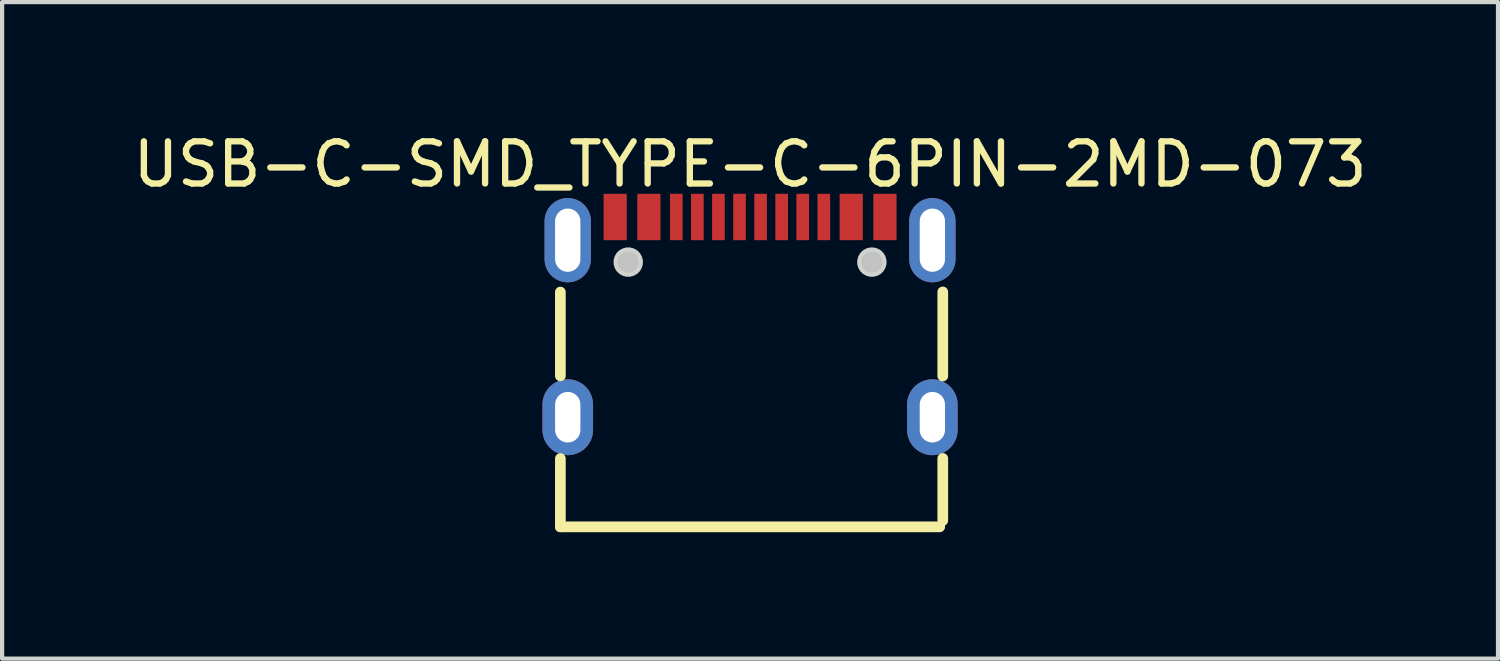
<source format=kicad_pcb>
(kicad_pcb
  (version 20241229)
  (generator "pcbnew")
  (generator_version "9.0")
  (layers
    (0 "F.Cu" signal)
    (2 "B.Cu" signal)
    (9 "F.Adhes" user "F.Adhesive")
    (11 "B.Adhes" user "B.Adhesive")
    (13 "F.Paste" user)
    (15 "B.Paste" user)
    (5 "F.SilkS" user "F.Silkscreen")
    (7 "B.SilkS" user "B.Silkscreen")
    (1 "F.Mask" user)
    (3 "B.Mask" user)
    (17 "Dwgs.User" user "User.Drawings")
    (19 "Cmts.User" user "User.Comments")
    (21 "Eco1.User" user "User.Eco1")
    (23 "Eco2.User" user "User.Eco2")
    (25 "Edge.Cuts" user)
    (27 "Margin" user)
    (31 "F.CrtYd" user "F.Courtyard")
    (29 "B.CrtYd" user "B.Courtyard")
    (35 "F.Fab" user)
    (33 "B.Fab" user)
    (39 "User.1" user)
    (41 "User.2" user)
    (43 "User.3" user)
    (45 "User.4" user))
  (footprint "USB-C-SMD_TYPE-C-6PIN-2MD-073"
    (layer "F.Cu")
    (at 14.744 4.473)
    (property "Reference" "USB-C-SMD_TYPE-C-6PIN-2MD-073" (at 0 -3.625 0) (layer "F.SilkS") (effects (font (size 1 1) (thickness 0.15))))
    (fp_line (start -4.5 1.394) (end -4.5 -0.594) (stroke (width 0.254) (type default)) (layer "F.SilkS"))
    (fp_line (start -4.5 4.975) (end -4.5 3.356) (stroke (width 0.254) (type default)) (layer "F.SilkS"))
    (fp_line (start 4.5 4.975) (end -4.5 4.975) (stroke (width 0.254) (type default)) (layer "F.SilkS"))
    (fp_line (start 4.572 1.397) (end 4.572 -0.597) (stroke (width 0.254) (type default)) (layer "F.SilkS"))
    (fp_line (start 4.572 4.826) (end 4.572 3.353) (stroke (width 0.254) (type default)) (layer "F.SilkS"))
    (fp_poly (pts (xy -3.5 -2.925) (xy -3.5 -1.825) (xy -2.9 -1.825) (xy -2.9 -2.925)) (stroke (width 0) (type default)) (fill yes) (layer "F.Paste"))
    (fp_poly (pts (xy -2.7 -2.925) (xy -2.7 -1.825) (xy -2.1 -1.825) (xy -2.1 -2.925)) (stroke (width 0) (type default)) (fill yes) (layer "F.Paste"))
    (fp_poly (pts (xy -1.6 -1.825) (xy -1.6 -2.925) (xy -1.9 -2.925) (xy -1.9 -1.825)) (stroke (width 0) (type default)) (fill yes) (layer "F.Paste"))
    (fp_poly (pts (xy -1.1 -1.825) (xy -1.1 -2.925) (xy -1.4 -2.925) (xy -1.4 -1.825)) (stroke (width 0) (type default)) (fill yes) (layer "F.Paste"))
    (fp_poly (pts (xy -0.6 -1.825) (xy -0.6 -2.925) (xy -0.9 -2.925) (xy -0.9 -1.825)) (stroke (width 0) (type default)) (fill yes) (layer "F.Paste"))
    (fp_poly (pts (xy -0.1 -1.825) (xy -0.1 -2.925) (xy -0.4 -2.925) (xy -0.4 -1.825)) (stroke (width 0) (type default)) (fill yes) (layer "F.Paste"))
    (fp_poly (pts (xy 0.4 -1.825) (xy 0.4 -2.925) (xy 0.1 -2.925) (xy 0.1 -1.825)) (stroke (width 0) (type default)) (fill yes) (layer "F.Paste"))
    (fp_poly (pts (xy 0.9 -1.825) (xy 0.9 -2.925) (xy 0.6 -2.925) (xy 0.6 -1.825)) (stroke (width 0) (type default)) (fill yes) (layer "F.Paste"))
    (fp_poly (pts (xy 1.4 -1.825) (xy 1.4 -2.925) (xy 1.1 -2.925) (xy 1.1 -1.825)) (stroke (width 0) (type default)) (fill yes) (layer "F.Paste"))
    (fp_poly (pts (xy 1.6 -2.925) (xy 1.6 -1.825) (xy 1.9 -1.825) (xy 1.9 -2.925)) (stroke (width 0) (type default)) (fill yes) (layer "F.Paste"))
    (fp_poly (pts (xy 2.1 -2.925) (xy 2.1 -1.825) (xy 2.7 -1.825) (xy 2.7 -2.925)) (stroke (width 0) (type default)) (fill yes) (layer "F.Paste"))
    (fp_poly (pts (xy 3.5 -1.825) (xy 3.5 -2.925) (xy 2.9 -2.925) (xy 2.9 -1.825)) (stroke (width 0) (type default)) (fill yes) (layer "F.Paste"))
    (fp_poly (pts (xy -4.34 -2.825) (xy -4.37 -2.824) (xy -4.399 -2.821) (xy -4.429 -2.816) (xy -4.458 -2.81) (xy -4.487 -2.803) (xy -4.516 -2.794) (xy -4.544 -2.784) (xy -4.572 -2.772) (xy -4.598 -2.759) (xy -4.625 -2.744) (xy -4.651 -2.729) (xy -4.675 -2.712) (xy -4.699 -2.694) (xy -4.722 -2.675) (xy -4.744 -2.655) (xy -4.765 -2.633) (xy -4.785 -2.611) (xy -4.803 -2.587) (xy -4.821 -2.563) (xy -4.837 -2.538) (xy -4.852 -2.512) (xy -4.865 -2.486) (xy -4.878 -2.458) (xy -4.889 -2.43) (xy -4.899 -2.402) (xy -4.907 -2.373) (xy -4.913 -2.344) (xy -4.918 -2.314) (xy -4.922 -2.285) (xy -4.924 -2.255) (xy -4.925 -2.225) (xy -4.925 -1.425) (xy -4.924 -1.395) (xy -4.922 -1.365) (xy -4.918 -1.335) (xy -4.913 -1.306) (xy -4.907 -1.277) (xy -4.899 -1.248) (xy -4.889 -1.22) (xy -4.878 -1.192) (xy -4.865 -1.165) (xy -4.852 -1.138) (xy -4.837 -1.113) (xy -4.821 -1.087) (xy -4.803 -1.063) (xy -4.785 -1.04) (xy -4.765 -1.017) (xy -4.744 -0.996) (xy -4.722 -0.976) (xy -4.699 -0.956) (xy -4.675 -0.938) (xy -4.651 -0.921) (xy -4.625 -0.905) (xy -4.598 -0.891) (xy -4.572 -0.878) (xy -4.544 -0.867) (xy -4.516 -0.857) (xy -4.487 -0.848) (xy -4.458 -0.84) (xy -4.429 -0.834) (xy -4.399 -0.83) (xy -4.37 -0.827) (xy -4.34 -0.826) (xy -4.31 -0.826) (xy -4.28 -0.827) (xy -4.25 -0.83) (xy -4.221 -0.834) (xy -4.191 -0.84) (xy -4.162 -0.848) (xy -4.134 -0.857) (xy -4.106 -0.867) (xy -4.078 -0.878) (xy -4.051 -0.891) (xy -4.025 -0.905) (xy -3.999 -0.921) (xy -3.974 -0.938) (xy -3.951 -0.956) (xy -3.928 -0.976) (xy -3.906 -0.996) (xy -3.885 -1.017) (xy -3.865 -1.04) (xy -3.846 -1.063) (xy -3.829 -1.087) (xy -3.813 -1.113) (xy -3.798 -1.138) (xy -3.784 -1.165) (xy -3.772 -1.192) (xy -3.761 -1.22) (xy -3.752 -1.248) (xy -3.744 -1.277) (xy -3.737 -1.306) (xy -3.732 -1.335) (xy -3.728 -1.365) (xy -3.725 -1.395) (xy -3.725 -1.425) (xy -3.725 -2.225) (xy -3.725 -2.255) (xy -3.728 -2.285) (xy -3.732 -2.314) (xy -3.737 -2.344) (xy -3.744 -2.373) (xy -3.752 -2.402) (xy -3.761 -2.43) (xy -3.772 -2.458) (xy -3.784 -2.486) (xy -3.798 -2.512) (xy -3.813 -2.538) (xy -3.829 -2.563) (xy -3.846 -2.587) (xy -3.865 -2.611) (xy -3.885 -2.633) (xy -3.906 -2.655) (xy -3.928 -2.675) (xy -3.951 -2.694) (xy -3.974 -2.712) (xy -3.999 -2.729) (xy -4.025 -2.744) (xy -4.051 -2.759) (xy -4.078 -2.772) (xy -4.106 -2.784) (xy -4.134 -2.794) (xy -4.162 -2.803) (xy -4.191 -2.81) (xy -4.221 -2.816) (xy -4.25 -2.821) (xy -4.28 -2.824) (xy -4.31 -2.825)) (stroke (width 0) (type default)) (fill yes) (layer "F.Paste"))
    (fp_poly (pts (xy -4.28 1.627) (xy -4.31 1.625) (xy -4.34 1.625) (xy -4.37 1.627) (xy -4.399 1.629) (xy -4.429 1.634) (xy -4.458 1.64) (xy -4.487 1.647) (xy -4.516 1.657) (xy -4.544 1.667) (xy -4.572 1.678) (xy -4.598 1.691) (xy -4.625 1.706) (xy -4.651 1.721) (xy -4.675 1.738) (xy -4.699 1.756) (xy -4.722 1.775) (xy -4.744 1.796) (xy -4.765 1.817) (xy -4.785 1.839) (xy -4.803 1.863) (xy -4.821 1.887) (xy -4.837 1.912) (xy -4.852 1.938) (xy -4.865 1.964) (xy -4.878 1.992) (xy -4.889 2.02) (xy -4.899 2.048) (xy -4.907 2.077) (xy -4.913 2.106) (xy -4.918 2.135) (xy -4.922 2.166) (xy -4.924 2.195) (xy -4.925 2.225) (xy -4.925 2.525) (xy -4.924 2.555) (xy -4.922 2.585) (xy -4.918 2.615) (xy -4.913 2.644) (xy -4.907 2.673) (xy -4.899 2.702) (xy -4.889 2.73) (xy -4.878 2.758) (xy -4.865 2.785) (xy -4.852 2.812) (xy -4.837 2.838) (xy -4.821 2.863) (xy -4.803 2.888) (xy -4.785 2.91) (xy -4.765 2.933) (xy -4.744 2.954) (xy -4.722 2.975) (xy -4.699 2.994) (xy -4.675 3.012) (xy -4.651 3.029) (xy -4.625 3.045) (xy -4.598 3.059) (xy -4.572 3.072) (xy -4.544 3.083) (xy -4.516 3.094) (xy -4.487 3.103) (xy -4.458 3.11) (xy -4.429 3.116) (xy -4.399 3.12) (xy -4.37 3.123) (xy -4.34 3.125) (xy -4.31 3.125) (xy -4.28 3.123) (xy -4.25 3.12) (xy -4.221 3.116) (xy -4.191 3.11) (xy -4.162 3.103) (xy -4.134 3.094) (xy -4.106 3.083) (xy -4.078 3.072) (xy -4.051 3.059) (xy -4.025 3.045) (xy -3.999 3.029) (xy -3.974 3.012) (xy -3.951 2.994) (xy -3.928 2.975) (xy -3.906 2.954) (xy -3.885 2.933) (xy -3.865 2.91) (xy -3.846 2.888) (xy -3.829 2.863) (xy -3.813 2.838) (xy -3.798 2.812) (xy -3.784 2.785) (xy -3.772 2.758) (xy -3.761 2.73) (xy -3.752 2.702) (xy -3.744 2.673) (xy -3.737 2.644) (xy -3.732 2.615) (xy -3.728 2.585) (xy -3.725 2.555) (xy -3.725 2.525) (xy -3.725 2.225) (xy -3.725 2.195) (xy -3.728 2.166) (xy -3.732 2.135) (xy -3.737 2.106) (xy -3.744 2.077) (xy -3.752 2.048) (xy -3.761 2.02) (xy -3.772 1.992) (xy -3.784 1.964) (xy -3.798 1.938) (xy -3.813 1.912) (xy -3.829 1.887) (xy -3.846 1.863) (xy -3.865 1.839) (xy -3.885 1.817) (xy -3.906 1.796) (xy -3.928 1.775) (xy -3.951 1.756) (xy -3.974 1.738) (xy -3.999 1.721) (xy -4.025 1.706) (xy -4.051 1.691) (xy -4.078 1.678) (xy -4.106 1.667) (xy -4.134 1.657) (xy -4.162 1.647) (xy -4.191 1.64) (xy -4.221 1.634) (xy -4.25 1.629)) (stroke (width 0) (type default)) (fill yes) (layer "F.Paste"))
    (fp_poly (pts (xy 4.31 1.625) (xy 4.28 1.627) (xy 4.25 1.629) (xy 4.221 1.634) (xy 4.191 1.64) (xy 4.162 1.647) (xy 4.134 1.657) (xy 4.106 1.667) (xy 4.078 1.678) (xy 4.051 1.691) (xy 4.025 1.706) (xy 3.999 1.721) (xy 3.974 1.738) (xy 3.951 1.756) (xy 3.928 1.775) (xy 3.906 1.796) (xy 3.885 1.817) (xy 3.865 1.839) (xy 3.846 1.863) (xy 3.829 1.887) (xy 3.813 1.912) (xy 3.798 1.938) (xy 3.784 1.964) (xy 3.772 1.992) (xy 3.761 2.02) (xy 3.752 2.048) (xy 3.744 2.077) (xy 3.737 2.106) (xy 3.732 2.135) (xy 3.728 2.166) (xy 3.725 2.195) (xy 3.725 2.225) (xy 3.725 2.525) (xy 3.725 2.555) (xy 3.728 2.585) (xy 3.732 2.615) (xy 3.737 2.644) (xy 3.744 2.673) (xy 3.752 2.702) (xy 3.761 2.73) (xy 3.772 2.758) (xy 3.784 2.785) (xy 3.798 2.812) (xy 3.813 2.838) (xy 3.829 2.863) (xy 3.846 2.888) (xy 3.865 2.91) (xy 3.885 2.933) (xy 3.906 2.954) (xy 3.928 2.975) (xy 3.951 2.994) (xy 3.974 3.012) (xy 3.999 3.029) (xy 4.025 3.045) (xy 4.051 3.059) (xy 4.078 3.072) (xy 4.106 3.083) (xy 4.134 3.094) (xy 4.162 3.103) (xy 4.191 3.11) (xy 4.221 3.116) (xy 4.25 3.12) (xy 4.28 3.123) (xy 4.31 3.125) (xy 4.34 3.125) (xy 4.37 3.123) (xy 4.399 3.12) (xy 4.429 3.116) (xy 4.458 3.11) (xy 4.487 3.103) (xy 4.516 3.094) (xy 4.544 3.083) (xy 4.572 3.072) (xy 4.598 3.059) (xy 4.625 3.045) (xy 4.651 3.029) (xy 4.675 3.012) (xy 4.699 2.994) (xy 4.722 2.975) (xy 4.744 2.954) (xy 4.765 2.933) (xy 4.785 2.91) (xy 4.803 2.888) (xy 4.821 2.863) (xy 4.837 2.838) (xy 4.852 2.812) (xy 4.865 2.785) (xy 4.878 2.758) (xy 4.889 2.73) (xy 4.899 2.702) (xy 4.907 2.673) (xy 4.913 2.644) (xy 4.918 2.615) (xy 4.922 2.585) (xy 4.924 2.555) (xy 4.925 2.525) (xy 4.925 2.225) (xy 4.924 2.195) (xy 4.922 2.166) (xy 4.918 2.135) (xy 4.913 2.106) (xy 4.907 2.077) (xy 4.899 2.048) (xy 4.889 2.02) (xy 4.878 1.992) (xy 4.865 1.964) (xy 4.852 1.938) (xy 4.837 1.912) (xy 4.821 1.887) (xy 4.803 1.863) (xy 4.785 1.839) (xy 4.765 1.817) (xy 4.744 1.796) (xy 4.722 1.775) (xy 4.699 1.756) (xy 4.675 1.738) (xy 4.651 1.721) (xy 4.625 1.706) (xy 4.598 1.691) (xy 4.572 1.678) (xy 4.544 1.667) (xy 4.516 1.657) (xy 4.487 1.647) (xy 4.458 1.64) (xy 4.429 1.634) (xy 4.399 1.629) (xy 4.37 1.627) (xy 4.34 1.625)) (stroke (width 0) (type default)) (fill yes) (layer "F.Paste"))
    (fp_poly (pts (xy 4.37 -2.824) (xy 4.34 -2.825) (xy 4.31 -2.825) (xy 4.28 -2.824) (xy 4.25 -2.821) (xy 4.221 -2.816) (xy 4.191 -2.81) (xy 4.162 -2.803) (xy 4.134 -2.794) (xy 4.106 -2.784) (xy 4.078 -2.772) (xy 4.051 -2.759) (xy 4.025 -2.744) (xy 3.999 -2.729) (xy 3.974 -2.712) (xy 3.951 -2.694) (xy 3.928 -2.675) (xy 3.906 -2.655) (xy 3.885 -2.633) (xy 3.865 -2.611) (xy 3.846 -2.587) (xy 3.829 -2.563) (xy 3.813 -2.538) (xy 3.798 -2.512) (xy 3.784 -2.486) (xy 3.772 -2.458) (xy 3.761 -2.43) (xy 3.752 -2.402) (xy 3.744 -2.373) (xy 3.737 -2.344) (xy 3.732 -2.314) (xy 3.728 -2.285) (xy 3.725 -2.255) (xy 3.725 -2.225) (xy 3.725 -1.425) (xy 3.725 -1.395) (xy 3.728 -1.365) (xy 3.732 -1.335) (xy 3.737 -1.306) (xy 3.744 -1.277) (xy 3.752 -1.248) (xy 3.761 -1.22) (xy 3.772 -1.192) (xy 3.784 -1.165) (xy 3.798 -1.138) (xy 3.813 -1.113) (xy 3.829 -1.087) (xy 3.846 -1.063) (xy 3.865 -1.04) (xy 3.885 -1.017) (xy 3.906 -0.996) (xy 3.928 -0.976) (xy 3.951 -0.956) (xy 3.974 -0.938) (xy 3.999 -0.921) (xy 4.025 -0.905) (xy 4.051 -0.891) (xy 4.078 -0.878) (xy 4.106 -0.867) (xy 4.134 -0.857) (xy 4.162 -0.848) (xy 4.191 -0.84) (xy 4.221 -0.834) (xy 4.25 -0.83) (xy 4.28 -0.827) (xy 4.31 -0.826) (xy 4.34 -0.826) (xy 4.37 -0.827) (xy 4.399 -0.83) (xy 4.429 -0.834) (xy 4.458 -0.84) (xy 4.487 -0.848) (xy 4.516 -0.857) (xy 4.544 -0.867) (xy 4.572 -0.878) (xy 4.598 -0.891) (xy 4.625 -0.905) (xy 4.651 -0.921) (xy 4.675 -0.938) (xy 4.699 -0.956) (xy 4.722 -0.976) (xy 4.744 -0.996) (xy 4.765 -1.017) (xy 4.785 -1.04) (xy 4.803 -1.063) (xy 4.821 -1.087) (xy 4.837 -1.113) (xy 4.852 -1.138) (xy 4.865 -1.165) (xy 4.878 -1.192) (xy 4.889 -1.22) (xy 4.899 -1.248) (xy 4.907 -1.277) (xy 4.913 -1.306) (xy 4.918 -1.335) (xy 4.922 -1.365) (xy 4.924 -1.395) (xy 4.925 -1.425) (xy 4.925 -2.225) (xy 4.924 -2.255) (xy 4.922 -2.285) (xy 4.918 -2.314) (xy 4.913 -2.344) (xy 4.907 -2.373) (xy 4.899 -2.402) (xy 4.889 -2.43) (xy 4.878 -2.458) (xy 4.865 -2.486) (xy 4.852 -2.512) (xy 4.837 -2.538) (xy 4.821 -2.563) (xy 4.803 -2.587) (xy 4.785 -2.611) (xy 4.765 -2.633) (xy 4.744 -2.655) (xy 4.722 -2.675) (xy 4.699 -2.694) (xy 4.675 -2.712) (xy 4.651 -2.729) (xy 4.625 -2.744) (xy 4.598 -2.759) (xy 4.572 -2.772) (xy 4.544 -2.784) (xy 4.516 -2.794) (xy 4.487 -2.803) (xy 4.458 -2.81) (xy 4.429 -2.816) (xy 4.399 -2.821)) (stroke (width 0) (type default)) (fill yes) (layer "F.Paste"))
    (fp_circle (center -2.89 -1.305) (end -2.765 -1.305) (stroke (width 0.25) (type default)) (fill no) (layer "Dwgs.User"))
    (fp_circle (center 2.89 -1.305) (end 3.015 -1.305) (stroke (width 0.25) (type default)) (fill no) (layer "Dwgs.User"))
    (fp_poly (pts (xy -2.543 -1.351) (xy -2.567 -1.439) (xy -2.612 -1.518) (xy -2.677 -1.583) (xy -2.756 -1.628) (xy -2.844 -1.652) (xy -2.936 -1.652) (xy -3.024 -1.628) (xy -3.103 -1.583) (xy -3.168 -1.518) (xy -3.213 -1.439) (xy -3.237 -1.351) (xy -3.237 -1.259) (xy -3.213 -1.171) (xy -3.168 -1.092) (xy -3.103 -1.027) (xy -3.024 -0.982) (xy -2.936 -0.958) (xy -2.844 -0.958) (xy -2.756 -0.982) (xy -2.677 -1.027) (xy -2.612 -1.092) (xy -2.567 -1.171) (xy -2.543 -1.259)) (stroke (width 0) (type default)) (fill yes) (layer "Edge.Cuts"))
    (fp_poly (pts (xy 3.237 -1.351) (xy 3.213 -1.439) (xy 3.168 -1.518) (xy 3.103 -1.583) (xy 3.024 -1.628) (xy 2.936 -1.652) (xy 2.844 -1.652) (xy 2.756 -1.628) (xy 2.677 -1.583) (xy 2.612 -1.518) (xy 2.567 -1.439) (xy 2.543 -1.351) (xy 2.543 -1.259) (xy 2.567 -1.171) (xy 2.612 -1.092) (xy 2.677 -1.027) (xy 2.756 -0.982) (xy 2.844 -0.958) (xy 2.936 -0.958) (xy 3.024 -0.982) (xy 3.103 -1.027) (xy 3.168 -1.092) (xy 3.213 -1.171) (xy 3.237 -1.259)) (stroke (width 0) (type default)) (fill yes) (layer "Edge.Cuts"))
    (fp_poly (pts (xy -4.45 -2.349) (xy -4.2 -2.349) (xy -4.2 -1.249) (xy -4.45 -1.249)) (stroke (width 0.1) (type default)) (fill no) (layer "User.1"))
    (fp_poly (pts (xy -4.45 2.025) (xy -4.2 2.025) (xy -4.2 2.725) (xy -4.45 2.725)) (stroke (width 0.1) (type default)) (fill no) (layer "User.1"))
    (fp_poly (pts (xy -3.4 -2.649) (xy -3 -2.649) (xy -3 -1.799) (xy -3.4 -1.799)) (stroke (width 0.1) (type default)) (fill no) (layer "User.1"))
    (fp_poly (pts (xy -2.6 -2.649) (xy -2.2 -2.649) (xy -2.2 -1.799) (xy -2.6 -1.799)) (stroke (width 0.1) (type default)) (fill no) (layer "User.1"))
    (fp_poly (pts (xy -1.85 -2.649) (xy -1.65 -2.649) (xy -1.65 -1.799) (xy -1.85 -1.799)) (stroke (width 0.1) (type default)) (fill no) (layer "User.1"))
    (fp_poly (pts (xy -1.35 -2.649) (xy -1.15 -2.649) (xy -1.15 -1.799) (xy -1.35 -1.799)) (stroke (width 0.1) (type default)) (fill no) (layer "User.1"))
    (fp_poly (pts (xy -0.85 -2.649) (xy -0.65 -2.649) (xy -0.65 -1.799) (xy -0.85 -1.799)) (stroke (width 0.1) (type default)) (fill no) (layer "User.1"))
    (fp_poly (pts (xy -0.35 -2.649) (xy -0.15 -2.649) (xy -0.15 -1.799) (xy -0.35 -1.799)) (stroke (width 0.1) (type default)) (fill no) (layer "User.1"))
    (fp_poly (pts (xy 0.15 -2.649) (xy 0.35 -2.649) (xy 0.35 -1.799) (xy 0.15 -1.799)) (stroke (width 0.1) (type default)) (fill no) (layer "User.1"))
    (fp_poly (pts (xy 0.65 -2.649) (xy 0.85 -2.649) (xy 0.85 -1.799) (xy 0.65 -1.799)) (stroke (width 0.1) (type default)) (fill no) (layer "User.1"))
    (fp_poly (pts (xy 1.15 -2.649) (xy 1.35 -2.649) (xy 1.35 -1.799) (xy 1.15 -1.799)) (stroke (width 0.1) (type default)) (fill no) (layer "User.1"))
    (fp_poly (pts (xy 1.65 -2.649) (xy 1.85 -2.649) (xy 1.85 -1.799) (xy 1.65 -1.799)) (stroke (width 0.1) (type default)) (fill no) (layer "User.1"))
    (fp_poly (pts (xy 2.2 -2.649) (xy 2.6 -2.649) (xy 2.6 -1.799) (xy 2.2 -1.799)) (stroke (width 0.1) (type default)) (fill no) (layer "User.1"))
    (fp_poly (pts (xy 3 -2.649) (xy 3.4 -2.649) (xy 3.4 -1.799) (xy 3 -1.799)) (stroke (width 0.1) (type default)) (fill no) (layer "User.1"))
    (fp_poly (pts (xy 4.2 -2.349) (xy 4.45 -2.349) (xy 4.45 -1.249) (xy 4.2 -1.249)) (stroke (width 0.1) (type default)) (fill no) (layer "User.1"))
    (fp_poly (pts (xy 4.2 2.025) (xy 4.45 2.025) (xy 4.45 2.725) (xy 4.2 2.725)) (stroke (width 0.1) (type default)) (fill no) (layer "User.1"))
    (fp_line (start -4.45 -2.349) (end 4.45 -2.349) (stroke (width 0.051) (type default)) (layer "User.2"))
    (fp_line (start -4.45 5.001) (end -4.45 -2.349) (stroke (width 0.051) (type default)) (layer "User.2"))
    (fp_line (start 4.45 -2.349) (end 4.45 5.001) (stroke (width 0.051) (type default)) (layer "User.2"))
    (fp_line (start 4.45 5.001) (end -4.45 5.001) (stroke (width 0.051) (type default)) (layer "User.2"))
    (fp_poly (pts (xy -4.395 -2.672) (xy -4.427 -2.704) (xy -4.473 -2.704) (xy -4.505 -2.672) (xy -4.505 -2.626) (xy -4.473 -2.594) (xy -4.427 -2.594) (xy -4.395 -2.626)) (stroke (width 0.1) (type default)) (fill no) (layer "User.3"))
    (pad "1" smd rect (at -3.2 -2.375) (size 0.55 1.1) (layers "F.Cu" "F.Mask" "F.Paste"))
    (pad "2" smd rect (at -2.4 -2.375) (size 0.55 1.1) (layers "F.Cu" "F.Mask" "F.Paste"))
    (pad "3" smd rect (at -1.75 -2.375) (size 0.3 1.1) (layers "F.Cu" "F.Mask" "F.Paste"))
    (pad "4" smd rect (at -1.25 -2.375) (size 0.3 1.1) (layers "F.Cu" "F.Mask" "F.Paste"))
    (pad "5" smd rect (at -0.75 -2.375) (size 0.3 1.1) (layers "F.Cu" "F.Mask" "F.Paste"))
    (pad "6" smd rect (at -0.25 -2.375) (size 0.3 1.1) (layers "F.Cu" "F.Mask" "F.Paste"))
    (pad "7" smd rect (at 0.25 -2.375) (size 0.3 1.1) (layers "F.Cu" "F.Mask" "F.Paste"))
    (pad "8" smd rect (at 0.75 -2.375) (size 0.3 1.1) (layers "F.Cu" "F.Mask" "F.Paste"))
    (pad "9" smd rect (at 1.25 -2.375) (size 0.3 1.1) (layers "F.Cu" "F.Mask" "F.Paste"))
    (pad "10" smd rect (at 1.75 -2.375) (size 0.3 1.1) (layers "F.Cu" "F.Mask" "F.Paste"))
    (pad "11" smd rect (at 2.4 -2.375) (size 0.55 1.1) (layers "F.Cu" "F.Mask" "F.Paste"))
    (pad "12" smd rect (at 3.2 -2.375) (size 0.55 1.1) (layers "F.Cu" "F.Mask" "F.Paste"))
    (pad "13" thru_hole oval (at -4.325 -1.825) (size 1.1 2) (drill oval 0.6 1.5) (layers "*.Cu" "*.Mask"))
    (pad "13" thru_hole oval (at -4.325 2.375) (size 1.2 1.8) (drill oval 0.6 1.2) (layers "*.Cu" "*.Mask"))
    (pad "14" thru_hole oval (at 4.325 -1.825) (size 1.1 2) (drill oval 0.6 1.5) (layers "*.Cu" "*.Mask"))
    (pad "14" thru_hole oval (at 4.325 2.375) (size 1.2 1.8) (drill oval 0.6 1.2) (layers "*.Cu" "*.Mask")))
  (gr_rect
    (start -3 -3)
    (end 32.488 12.575)
    (stroke (width 0.1) (type default))
    (fill no)
    (layer "Edge.Cuts")))
</source>
